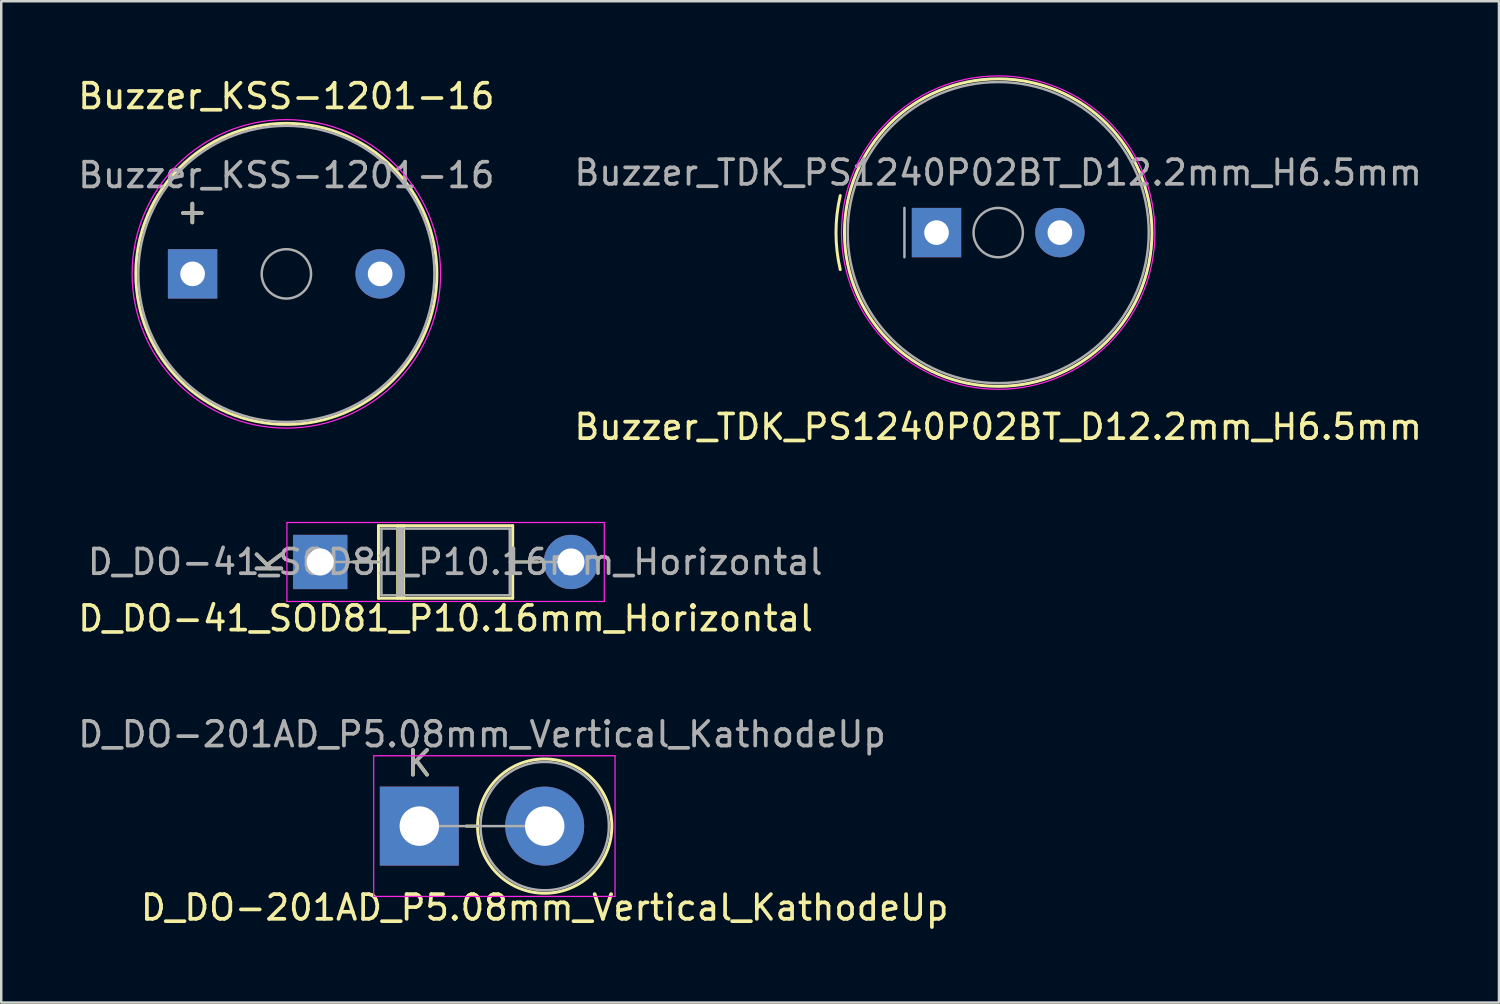
<source format=kicad_pcb>
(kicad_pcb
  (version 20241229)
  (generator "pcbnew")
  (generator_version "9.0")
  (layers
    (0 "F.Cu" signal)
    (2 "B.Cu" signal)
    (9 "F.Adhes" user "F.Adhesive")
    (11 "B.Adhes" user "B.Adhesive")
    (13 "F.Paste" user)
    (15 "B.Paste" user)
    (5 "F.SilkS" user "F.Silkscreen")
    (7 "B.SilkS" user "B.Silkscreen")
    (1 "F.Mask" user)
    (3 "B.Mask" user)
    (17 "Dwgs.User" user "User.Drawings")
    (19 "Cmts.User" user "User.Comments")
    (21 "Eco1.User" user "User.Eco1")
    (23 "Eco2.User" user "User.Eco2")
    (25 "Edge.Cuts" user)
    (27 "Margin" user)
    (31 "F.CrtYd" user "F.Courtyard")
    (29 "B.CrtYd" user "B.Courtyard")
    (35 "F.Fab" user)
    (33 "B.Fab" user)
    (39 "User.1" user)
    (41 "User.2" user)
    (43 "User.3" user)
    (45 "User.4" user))
  (footprint "Buzzer_KSS-1201-16"
    (layer "F.Cu")
    (at 4.754 8.048)
    (property "Reference" "Buzzer_KSS-1201-16" (at 3.8 -7.2 0) (layer "F.SilkS") (effects (font (size 1 1) (thickness 0.15))))
    (attr through_hole)
    (fp_circle (center 3.8 0) (end 9.9 0) (stroke (width 0.12) (type solid)) (fill no) (layer "F.SilkS"))
    (fp_circle (center 3.8 0) (end 10.05 0) (stroke (width 0.05) (type solid)) (fill no) (layer "F.CrtYd"))
    (fp_circle (center 3.8 0) (end 4.8 0) (stroke (width 0.1) (type solid)) (fill no) (layer "F.Fab"))
    (fp_circle (center 3.8 0) (end 9.8 0) (stroke (width 0.1) (type solid)) (fill no) (layer "F.Fab"))
    (fp_text user "+" (at -0.01 -2.54 0) (layer "F.SilkS") (effects (font (size 1 1) (thickness 0.15))))
    (fp_text user "${REFERENCE}" (at 3.8 -4 0) (layer "F.Fab") (effects (font (size 1 1) (thickness 0.15))))
    (fp_text user "+" (at -0.01 -2.54 0) (layer "F.Fab") (effects (font (size 1 1) (thickness 0.15))))
    (pad "1" thru_hole rect (at 0 0) (size 2 2) (drill 1) (layers "*.Cu" "*.Mask"))
    (pad "2" thru_hole circle (at 7.6 0) (size 2 2) (drill 1) (layers "*.Cu" "*.Mask")))
  (footprint "Buzzer_TDK_PS1240P02BT_D12.2mm_H6.5mm"
    (layer "F.Cu")
    (at 34.899 6.375)
    (property "Reference" "Buzzer_TDK_PS1240P02BT_D12.2mm_H6.5mm" (at 2.5 7.874 180) (layer "F.SilkS") (effects (font (size 1 1) (thickness 0.15))))
    (attr through_hole)
    (fp_arc (start -3.9 1.499999) (mid -4.073431 0) (end -3.9 -1.5) (stroke (width 0.12) (type solid)) (layer "F.SilkS"))
    (fp_circle (center 2.5 0) (end 8.73 0) (stroke (width 0.12) (type solid)) (fill no) (layer "F.SilkS"))
    (fp_circle (center 2.5 0) (end 8.85 0) (stroke (width 0.05) (type solid)) (fill no) (layer "F.CrtYd"))
    (fp_line (start -1.3 -1) (end -1.3 1) (stroke (width 0.1) (type solid)) (layer "F.Fab"))
    (fp_circle (center 2.5 0) (end 3.5 0) (stroke (width 0.1) (type solid)) (fill no) (layer "F.Fab"))
    (fp_circle (center 2.5 0) (end 8.6 0) (stroke (width 0.1) (type solid)) (fill no) (layer "F.Fab"))
    (fp_text user "${REFERENCE}" (at 2.5 -2.43 180) (layer "F.Fab") (effects (font (size 1 1) (thickness 0.15))))
    (pad "1" thru_hole rect (at 0 0) (size 2 2) (drill 1) (layers "*.Cu" "*.Mask"))
    (pad "2" thru_hole circle (at 5 0) (size 2 2) (drill 1) (layers "*.Cu" "*.Mask")))
  (footprint "D_DO-201AD_P5.08mm_Vertical_KathodeUp"
    (layer "F.Cu")
    (at 13.942 30.425)
    (property "Reference" "D_DO-201AD_P5.08mm_Vertical_KathodeUp" (at 5.08 3.302 180) (layer "F.SilkS") (effects (font (size 1 1) (thickness 0.15))))
    (attr through_hole)
    (fp_line (start 2.36 0) (end 1.9 0) (stroke (width 0.12) (type solid)) (layer "F.SilkS"))
    (fp_circle (center 5.08 0) (end 7.8 0) (stroke (width 0.12) (type solid)) (fill no) (layer "F.SilkS"))
    (fp_line (start -1.85 -2.85) (end -1.85 2.85) (stroke (width 0.05) (type solid)) (layer "F.CrtYd"))
    (fp_line (start -1.85 2.85) (end 7.93 2.85) (stroke (width 0.05) (type solid)) (layer "F.CrtYd"))
    (fp_line (start 7.93 -2.85) (end -1.85 -2.85) (stroke (width 0.05) (type solid)) (layer "F.CrtYd"))
    (fp_line (start 7.93 2.85) (end 7.93 -2.85) (stroke (width 0.05) (type solid)) (layer "F.CrtYd"))
    (fp_line (start 0 0) (end 5.08 0) (stroke (width 0.1) (type solid)) (layer "F.Fab"))
    (fp_circle (center 5.08 0) (end 7.68 0) (stroke (width 0.1) (type solid)) (fill no) (layer "F.Fab"))
    (fp_text user "K" (at 0 -2.54 180) (layer "F.SilkS") (effects (font (size 1 1) (thickness 0.15))))
    (fp_text user "${REFERENCE}" (at 2.54 -3.72 180) (layer "F.Fab") (effects (font (size 1 1) (thickness 0.15))))
    (fp_text user "K" (at 0 -2.54 180) (layer "F.Fab") (effects (font (size 1 1) (thickness 0.15))))
    (pad "1" thru_hole rect (at 0 0) (size 3.2 3.2) (drill 1.6) (layers "*.Cu" "*.Mask"))
    (pad "2" thru_hole oval (at 5.08 0) (size 3.2 3.2) (drill 1.6) (layers "*.Cu" "*.Mask")))
  (footprint "D_DO-41_SOD81_P10.16mm_Horizontal"
    (layer "F.Cu")
    (at 9.926 19.722)
    (property "Reference" "D_DO-41_SOD81_P10.16mm_Horizontal" (at 5.08 2.286 0) (layer "F.SilkS") (effects (font (size 1 1) (thickness 0.15))))
    (attr through_hole)
    (fp_line (start 1.34 0) (end 2.36 0) (stroke (width 0.12) (type solid)) (layer "F.SilkS"))
    (fp_line (start 2.36 -1.47) (end 2.36 1.47) (stroke (width 0.12) (type solid)) (layer "F.SilkS"))
    (fp_line (start 2.36 1.47) (end 7.8 1.47) (stroke (width 0.12) (type solid)) (layer "F.SilkS"))
    (fp_line (start 3.14 -1.47) (end 3.14 1.47) (stroke (width 0.12) (type solid)) (layer "F.SilkS"))
    (fp_line (start 3.26 -1.47) (end 3.26 1.47) (stroke (width 0.12) (type solid)) (layer "F.SilkS"))
    (fp_line (start 3.38 -1.47) (end 3.38 1.47) (stroke (width 0.12) (type solid)) (layer "F.SilkS"))
    (fp_line (start 7.8 -1.47) (end 2.36 -1.47) (stroke (width 0.12) (type solid)) (layer "F.SilkS"))
    (fp_line (start 7.8 1.47) (end 7.8 -1.47) (stroke (width 0.12) (type solid)) (layer "F.SilkS"))
    (fp_line (start 8.82 0) (end 7.8 0) (stroke (width 0.12) (type solid)) (layer "F.SilkS"))
    (fp_line (start -1.35 -1.6) (end -1.35 1.6) (stroke (width 0.05) (type solid)) (layer "F.CrtYd"))
    (fp_line (start -1.35 1.6) (end 11.51 1.6) (stroke (width 0.05) (type solid)) (layer "F.CrtYd"))
    (fp_line (start 11.51 -1.6) (end -1.35 -1.6) (stroke (width 0.05) (type solid)) (layer "F.CrtYd"))
    (fp_line (start 11.51 1.6) (end 11.51 -1.6) (stroke (width 0.05) (type solid)) (layer "F.CrtYd"))
    (fp_line (start 0 0) (end 2.48 0) (stroke (width 0.1) (type solid)) (layer "F.Fab"))
    (fp_line (start 2.48 -1.35) (end 2.48 1.35) (stroke (width 0.1) (type solid)) (layer "F.Fab"))
    (fp_line (start 2.48 1.35) (end 7.68 1.35) (stroke (width 0.1) (type solid)) (layer "F.Fab"))
    (fp_line (start 3.16 -1.35) (end 3.16 1.35) (stroke (width 0.1) (type solid)) (layer "F.Fab"))
    (fp_line (start 3.26 -1.35) (end 3.26 1.35) (stroke (width 0.1) (type solid)) (layer "F.Fab"))
    (fp_line (start 3.36 -1.35) (end 3.36 1.35) (stroke (width 0.1) (type solid)) (layer "F.Fab"))
    (fp_line (start 7.68 -1.35) (end 2.48 -1.35) (stroke (width 0.1) (type solid)) (layer "F.Fab"))
    (fp_line (start 7.68 1.35) (end 7.68 -1.35) (stroke (width 0.1) (type solid)) (layer "F.Fab"))
    (fp_line (start 10.16 0) (end 7.68 0) (stroke (width 0.1) (type solid)) (layer "F.Fab"))
    (fp_text user "K" (at -2.032 0 270) (layer "F.SilkS") (effects (font (size 1 1) (thickness 0.15))))
    (fp_text user "K" (at -2.032 0 270) (layer "F.Fab") (effects (font (size 1 1) (thickness 0.15))))
    (fp_text user "${REFERENCE}" (at 5.47 0 180) (layer "F.Fab") (effects (font (size 1 1) (thickness 0.15))))
    (pad "1" thru_hole rect (at 0 0) (size 2.2 2.2) (drill 1.1) (layers "*.Cu" "*.Mask"))
    (pad "2" thru_hole oval (at 10.16 0) (size 2.2 2.2) (drill 1.1) (layers "*.Cu" "*.Mask")))
  (gr_rect
    (start -3 -3)
    (end 57.69 37.575)
    (stroke (width 0.1) (type default))
    (fill no)
    (layer "Edge.Cuts")))
</source>
